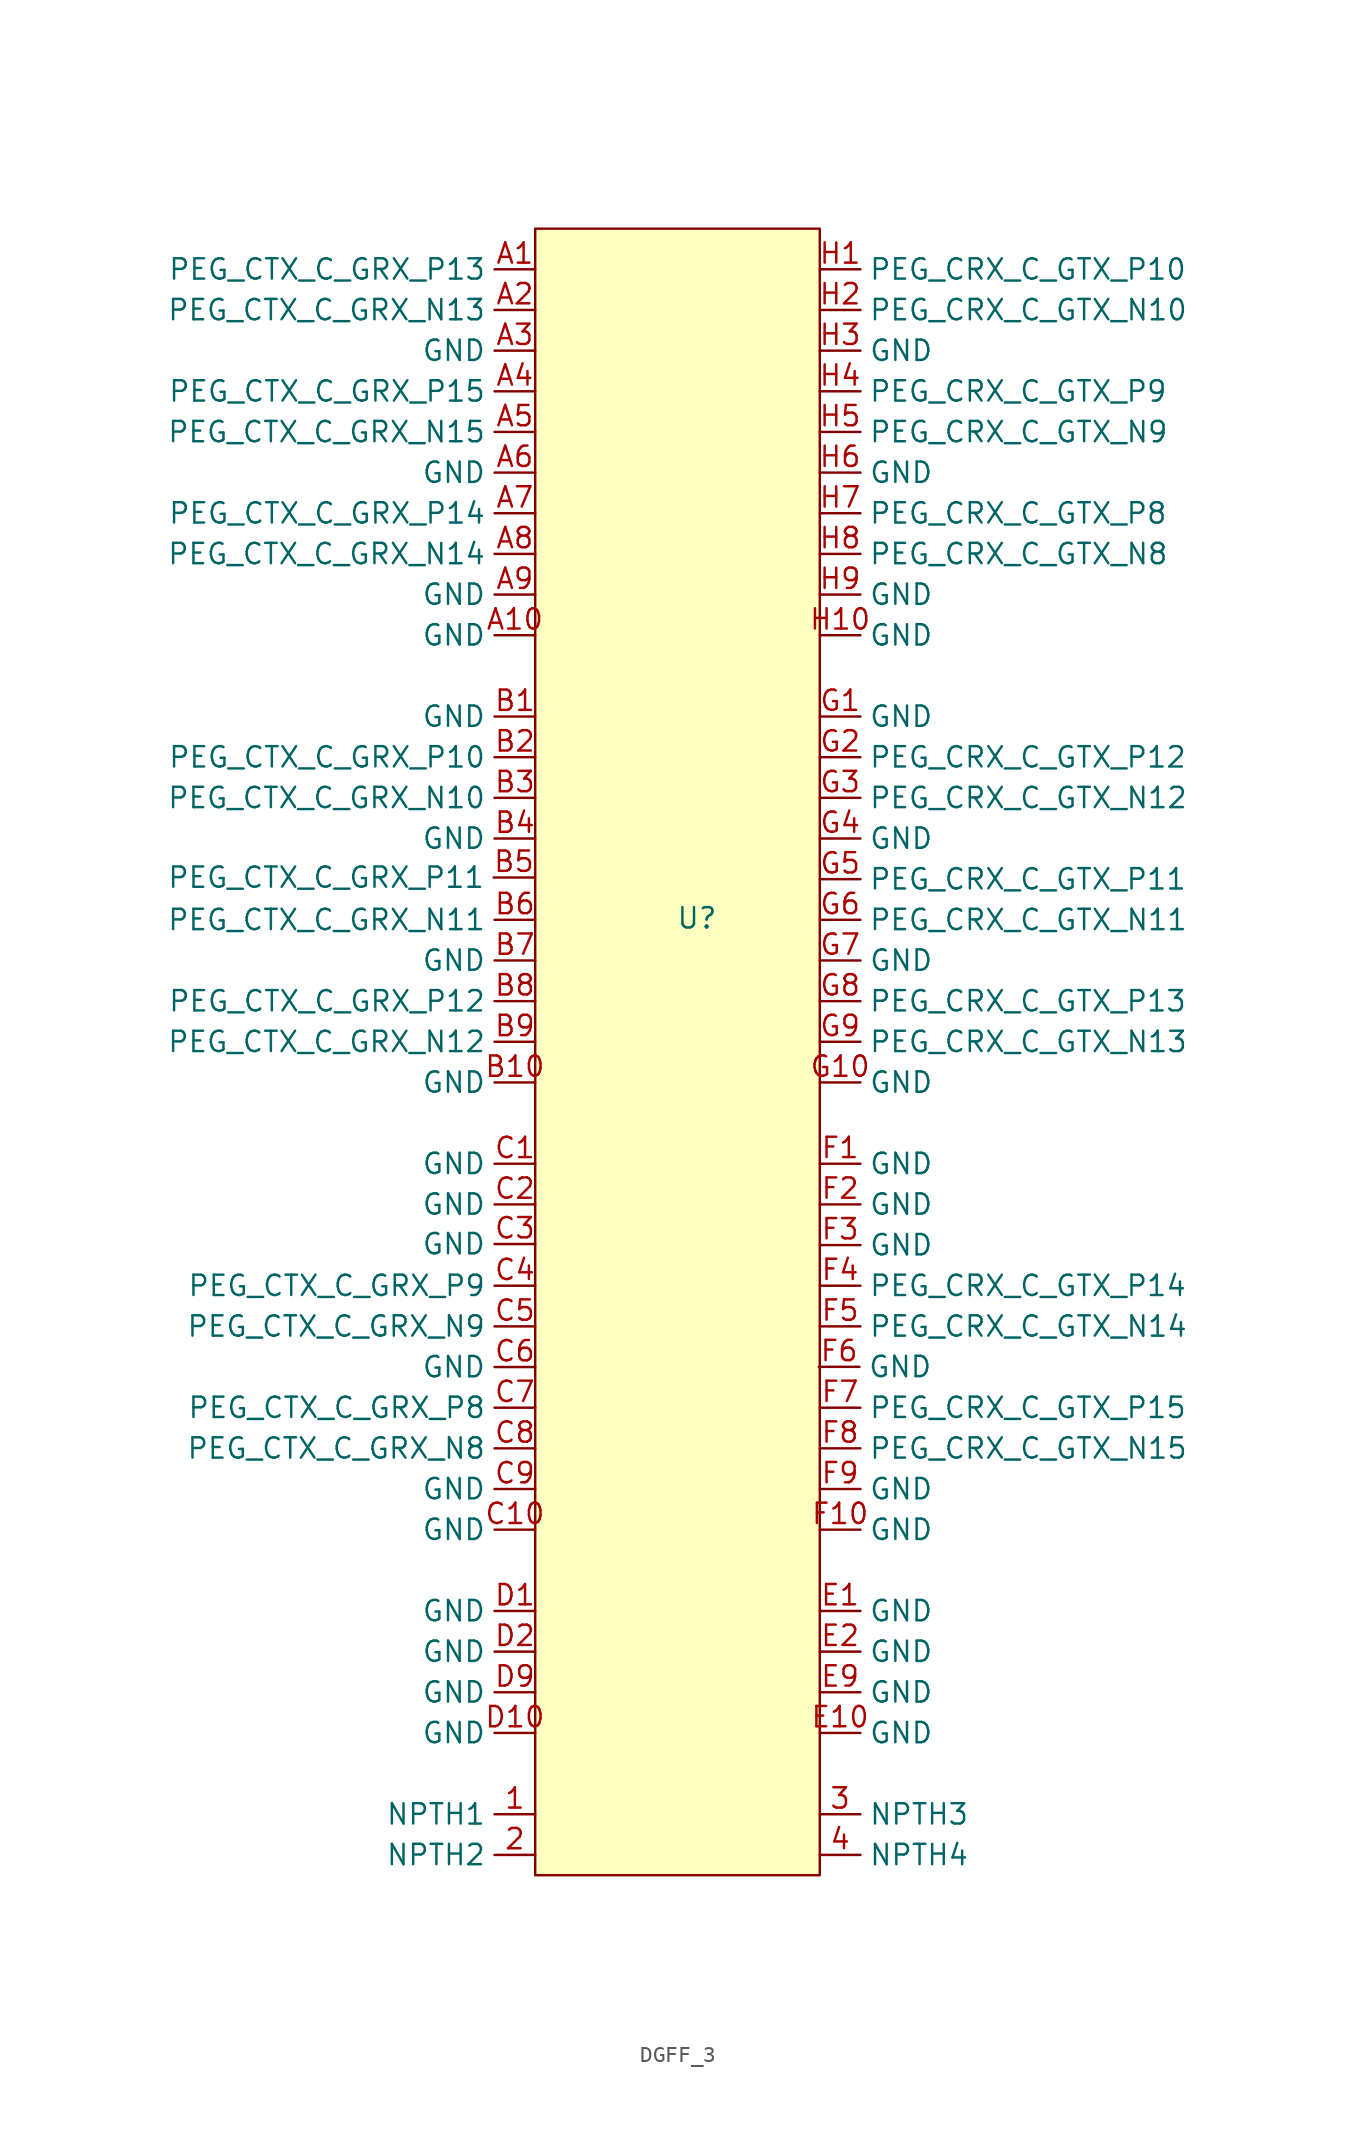
<source format=kicad_sym>
(kicad_symbol_lib
  (version 20231120)
  (generator "kicad_symbol_editor")
  (generator_version "8.0")
  (symbol "DGFF_3"
    (property "Reference" "U"
      (at 0 0 0)
      (effects (font (size 1.27 1.27))))
    (property "Value" ""
      (at 0 0 0)
      (effects (font (size 1.27 1.27))))
    (property "ki_locked" ""
      (at 0 0 0)
      (effects (font (size 1.27 1.27))))
    (symbol "DGFF_3_1_1"
      (rectangle (start -10.103 43.077) (end 7.677 -59.793) (stroke (width 0) (type default)) (fill (type background)))
      (pin input line (at -10.103 -55.983 180) (length 2.54) (name "NPTH1" (effects (font (size 1.27 1.27)))) (number "1" (effects (font (size 1.27 1.27)))))
      (pin input line (at -10.103 -58.523 180) (length 2.54) (name "NPTH2" (effects (font (size 1.27 1.27)))) (number "2" (effects (font (size 1.27 1.27)))))
      (pin input line (at 7.677 -55.983 0) (length 2.54) (name "NPTH3" (effects (font (size 1.27 1.27)))) (number "3" (effects (font (size 1.27 1.27)))))
      (pin input line (at 7.677 -58.523 0) (length 2.54) (name "NPTH4" (effects (font (size 1.27 1.27)))) (number "4" (effects (font (size 1.27 1.27)))))
      (pin input line (at -10.103 40.537 180) (length 2.54) (name "PEG_CTX_C_GRX_P13" (effects (font (size 1.27 1.27)))) (number "A1" (effects (font (size 1.27 1.27)))))
      (pin input line (at -10.103 17.677 180) (length 2.54) (name "GND" (effects (font (size 1.27 1.27)))) (number "A10" (effects (font (size 1.27 1.27)))))
      (pin input line (at -10.103 37.997 180) (length 2.54) (name "PEG_CTX_C_GRX_N13" (effects (font (size 1.27 1.27)))) (number "A2" (effects (font (size 1.27 1.27)))))
      (pin input line (at -10.103 35.457 180) (length 2.54) (name "GND" (effects (font (size 1.27 1.27)))) (number "A3" (effects (font (size 1.27 1.27)))))
      (pin input line (at -10.103 32.917 180) (length 2.54) (name "PEG_CTX_C_GRX_P15" (effects (font (size 1.27 1.27)))) (number "A4" (effects (font (size 1.27 1.27)))))
      (pin input line (at -10.103 30.377 180) (length 2.54) (name "PEG_CTX_C_GRX_N15" (effects (font (size 1.27 1.27)))) (number "A5" (effects (font (size 1.27 1.27)))))
      (pin input line (at -10.103 27.837 180) (length 2.54) (name "GND" (effects (font (size 1.27 1.27)))) (number "A6" (effects (font (size 1.27 1.27)))))
      (pin input line (at -10.103 25.297 180) (length 2.54) (name "PEG_CTX_C_GRX_P14" (effects (font (size 1.27 1.27)))) (number "A7" (effects (font (size 1.27 1.27)))))
      (pin input line (at -10.103 22.757 180) (length 2.54) (name "PEG_CTX_C_GRX_N14" (effects (font (size 1.27 1.27)))) (number "A8" (effects (font (size 1.27 1.27)))))
      (pin input line (at -10.103 20.217 180) (length 2.54) (name "GND" (effects (font (size 1.27 1.27)))) (number "A9" (effects (font (size 1.27 1.27)))))
      (pin input line (at -10.103 12.597 180) (length 2.54) (name "GND" (effects (font (size 1.27 1.27)))) (number "B1" (effects (font (size 1.27 1.27)))))
      (pin input line (at -10.103 -10.263 180) (length 2.54) (name "GND" (effects (font (size 1.27 1.27)))) (number "B10" (effects (font (size 1.27 1.27)))))
      (pin input line (at -10.103 10.057 180) (length 2.54) (name "PEG_CTX_C_GRX_P10" (effects (font (size 1.27 1.27)))) (number "B2" (effects (font (size 1.27 1.27)))))
      (pin input line (at -10.103 7.517 180) (length 2.54) (name "PEG_CTX_C_GRX_N10" (effects (font (size 1.27 1.27)))) (number "B3" (effects (font (size 1.27 1.27)))))
      (pin input line (at -10.103 4.977 180) (length 2.54) (name "GND" (effects (font (size 1.27 1.27)))) (number "B4" (effects (font (size 1.27 1.27)))))
      (pin input line (at -10.16 2.54 180) (length 2.54) (name "PEG_CTX_C_GRX_P11" (effects (font (size 1.27 1.27)))) (number "B5" (effects (font (size 1.27 1.27)))))
      (pin input line (at -10.103 -0.103 180) (length 2.54) (name "PEG_CTX_C_GRX_N11" (effects (font (size 1.27 1.27)))) (number "B6" (effects (font (size 1.27 1.27)))))
      (pin input line (at -10.103 -2.643 180) (length 2.54) (name "GND" (effects (font (size 1.27 1.27)))) (number "B7" (effects (font (size 1.27 1.27)))))
      (pin input line (at -10.103 -5.183 180) (length 2.54) (name "PEG_CTX_C_GRX_P12" (effects (font (size 1.27 1.27)))) (number "B8" (effects (font (size 1.27 1.27)))))
      (pin input line (at -10.103 -7.723 180) (length 2.54) (name "PEG_CTX_C_GRX_N12" (effects (font (size 1.27 1.27)))) (number "B9" (effects (font (size 1.27 1.27)))))
      (pin input line (at -10.103 -15.343 180) (length 2.54) (name "GND" (effects (font (size 1.27 1.27)))) (number "C1" (effects (font (size 1.27 1.27)))))
      (pin input line (at -10.103 -38.203 180) (length 2.54) (name "GND" (effects (font (size 1.27 1.27)))) (number "C10" (effects (font (size 1.27 1.27)))))
      (pin input line (at -10.103 -17.883 180) (length 2.54) (name "GND" (effects (font (size 1.27 1.27)))) (number "C2" (effects (font (size 1.27 1.27)))))
      (pin input line (at -10.103 -20.358 180) (length 2.54) (name "GND" (effects (font (size 1.27 1.27)))) (number "C3" (effects (font (size 1.27 1.27)))))
      (pin input line (at -10.103 -22.963 180) (length 2.54) (name "PEG_CTX_C_GRX_P9" (effects (font (size 1.27 1.27)))) (number "C4" (effects (font (size 1.27 1.27)))))
      (pin input line (at -10.103 -25.503 180) (length 2.54) (name "PEG_CTX_C_GRX_N9" (effects (font (size 1.27 1.27)))) (number "C5" (effects (font (size 1.27 1.27)))))
      (pin input line (at -10.103 -28.043 180) (length 2.54) (name "GND" (effects (font (size 1.27 1.27)))) (number "C6" (effects (font (size 1.27 1.27)))))
      (pin input line (at -10.103 -30.583 180) (length 2.54) (name "PEG_CTX_C_GRX_P8" (effects (font (size 1.27 1.27)))) (number "C7" (effects (font (size 1.27 1.27)))))
      (pin input line (at -10.103 -33.123 180) (length 2.54) (name "PEG_CTX_C_GRX_N8" (effects (font (size 1.27 1.27)))) (number "C8" (effects (font (size 1.27 1.27)))))
      (pin input line (at -10.103 -35.663 180) (length 2.54) (name "GND" (effects (font (size 1.27 1.27)))) (number "C9" (effects (font (size 1.27 1.27)))))
      (pin input line (at -10.103 -43.283 180) (length 2.54) (name "GND" (effects (font (size 1.27 1.27)))) (number "D1" (effects (font (size 1.27 1.27)))))
      (pin input line (at -10.103 -50.903 180) (length 2.54) (name "GND" (effects (font (size 1.27 1.27)))) (number "D10" (effects (font (size 1.27 1.27)))))
      (pin input line (at -10.103 -45.823 180) (length 2.54) (name "GND" (effects (font (size 1.27 1.27)))) (number "D2" (effects (font (size 1.27 1.27)))))
      (pin input line (at -10.103 -48.363 180) (length 2.54) (name "GND" (effects (font (size 1.27 1.27)))) (number "D9" (effects (font (size 1.27 1.27)))))
      (pin input line (at 7.677 -43.283 0) (length 2.54) (name "GND" (effects (font (size 1.27 1.27)))) (number "E1" (effects (font (size 1.27 1.27)))))
      (pin input line (at 7.677 -50.903 0) (length 2.54) (name "GND" (effects (font (size 1.27 1.27)))) (number "E10" (effects (font (size 1.27 1.27)))))
      (pin input line (at 7.677 -45.823 0) (length 2.54) (name "GND" (effects (font (size 1.27 1.27)))) (number "E2" (effects (font (size 1.27 1.27)))))
      (pin input line (at 7.677 -48.363 0) (length 2.54) (name "GND" (effects (font (size 1.27 1.27)))) (number "E9" (effects (font (size 1.27 1.27)))))
      (pin input line (at 7.677 -15.343 0) (length 2.54) (name "GND" (effects (font (size 1.27 1.27)))) (number "F1" (effects (font (size 1.27 1.27)))))
      (pin input line (at 7.677 -38.203 0) (length 2.54) (name "GND" (effects (font (size 1.27 1.27)))) (number "F10" (effects (font (size 1.27 1.27)))))
      (pin input line (at 7.677 -17.883 0) (length 2.54) (name "GND" (effects (font (size 1.27 1.27)))) (number "F2" (effects (font (size 1.27 1.27)))))
      (pin input line (at 7.677 -20.423 0) (length 2.54) (name "GND" (effects (font (size 1.27 1.27)))) (number "F3" (effects (font (size 1.27 1.27)))))
      (pin input line (at 7.677 -22.963 0) (length 2.54) (name "PEG_CRX_C_GTX_P14" (effects (font (size 1.27 1.27)))) (number "F4" (effects (font (size 1.27 1.27)))))
      (pin input line (at 7.677 -25.503 0) (length 2.54) (name "PEG_CRX_C_GTX_N14" (effects (font (size 1.27 1.27)))) (number "F5" (effects (font (size 1.27 1.27)))))
      (pin input line (at 7.615 -28.031 0) (length 2.54) (name "GND" (effects (font (size 1.27 1.27)))) (number "F6" (effects (font (size 1.27 1.27)))))
      (pin input line (at 7.677 -30.583 0) (length 2.54) (name "PEG_CRX_C_GTX_P15" (effects (font (size 1.27 1.27)))) (number "F7" (effects (font (size 1.27 1.27)))))
      (pin input line (at 7.677 -33.123 0) (length 2.54) (name "PEG_CRX_C_GTX_N15" (effects (font (size 1.27 1.27)))) (number "F8" (effects (font (size 1.27 1.27)))))
      (pin input line (at 7.677 -35.663 0) (length 2.54) (name "GND" (effects (font (size 1.27 1.27)))) (number "F9" (effects (font (size 1.27 1.27)))))
      (pin input line (at 7.677 12.597 0) (length 2.54) (name "GND" (effects (font (size 1.27 1.27)))) (number "G1" (effects (font (size 1.27 1.27)))))
      (pin input line (at 7.677 -10.263 0) (length 2.54) (name "GND" (effects (font (size 1.27 1.27)))) (number "G10" (effects (font (size 1.27 1.27)))))
      (pin input line (at 7.677 10.057 0) (length 2.54) (name "PEG_CRX_C_GTX_P12" (effects (font (size 1.27 1.27)))) (number "G2" (effects (font (size 1.27 1.27)))))
      (pin input line (at 7.677 7.517 0) (length 2.54) (name "PEG_CRX_C_GTX_N12" (effects (font (size 1.27 1.27)))) (number "G3" (effects (font (size 1.27 1.27)))))
      (pin input line (at 7.677 4.977 0) (length 2.54) (name "GND" (effects (font (size 1.27 1.27)))) (number "G4" (effects (font (size 1.27 1.27)))))
      (pin input line (at 7.677 2.437 0) (length 2.54) (name "PEG_CRX_C_GTX_P11" (effects (font (size 1.27 1.27)))) (number "G5" (effects (font (size 1.27 1.27)))))
      (pin input line (at 7.677 -0.103 0) (length 2.54) (name "PEG_CRX_C_GTX_N11" (effects (font (size 1.27 1.27)))) (number "G6" (effects (font (size 1.27 1.27)))))
      (pin input line (at 7.677 -2.643 0) (length 2.54) (name "GND" (effects (font (size 1.27 1.27)))) (number "G7" (effects (font (size 1.27 1.27)))))
      (pin input line (at 7.677 -5.183 0) (length 2.54) (name "PEG_CRX_C_GTX_P13" (effects (font (size 1.27 1.27)))) (number "G8" (effects (font (size 1.27 1.27)))))
      (pin input line (at 7.677 -7.723 0) (length 2.54) (name "PEG_CRX_C_GTX_N13" (effects (font (size 1.27 1.27)))) (number "G9" (effects (font (size 1.27 1.27)))))
      (pin input line (at 7.677 40.537 0) (length 2.54) (name "PEG_CRX_C_GTX_P10" (effects (font (size 1.27 1.27)))) (number "H1" (effects (font (size 1.27 1.27)))))
      (pin input line (at 7.677 17.677 0) (length 2.54) (name "GND" (effects (font (size 1.27 1.27)))) (number "H10" (effects (font (size 1.27 1.27)))))
      (pin input line (at 7.677 37.997 0) (length 2.54) (name "PEG_CRX_C_GTX_N10" (effects (font (size 1.27 1.27)))) (number "H2" (effects (font (size 1.27 1.27)))))
      (pin input line (at 7.677 35.457 0) (length 2.54) (name "GND" (effects (font (size 1.27 1.27)))) (number "H3" (effects (font (size 1.27 1.27)))))
      (pin input line (at 7.677 32.917 0) (length 2.54) (name "PEG_CRX_C_GTX_P9" (effects (font (size 1.27 1.27)))) (number "H4" (effects (font (size 1.27 1.27)))))
      (pin input line (at 7.677 30.377 0) (length 2.54) (name "PEG_CRX_C_GTX_N9" (effects (font (size 1.27 1.27)))) (number "H5" (effects (font (size 1.27 1.27)))))
      (pin input line (at 7.677 27.837 0) (length 2.54) (name "GND" (effects (font (size 1.27 1.27)))) (number "H6" (effects (font (size 1.27 1.27)))))
      (pin input line (at 7.677 25.297 0) (length 2.54) (name "PEG_CRX_C_GTX_P8" (effects (font (size 1.27 1.27)))) (number "H7" (effects (font (size 1.27 1.27)))))
      (pin input line (at 7.677 22.757 0) (length 2.54) (name "PEG_CRX_C_GTX_N8" (effects (font (size 1.27 1.27)))) (number "H8" (effects (font (size 1.27 1.27)))))
      (pin input line (at 7.677 20.217 0) (length 2.54) (name "GND" (effects (font (size 1.27 1.27)))) (number "H9" (effects (font (size 1.27 1.27))))))))
</source>
